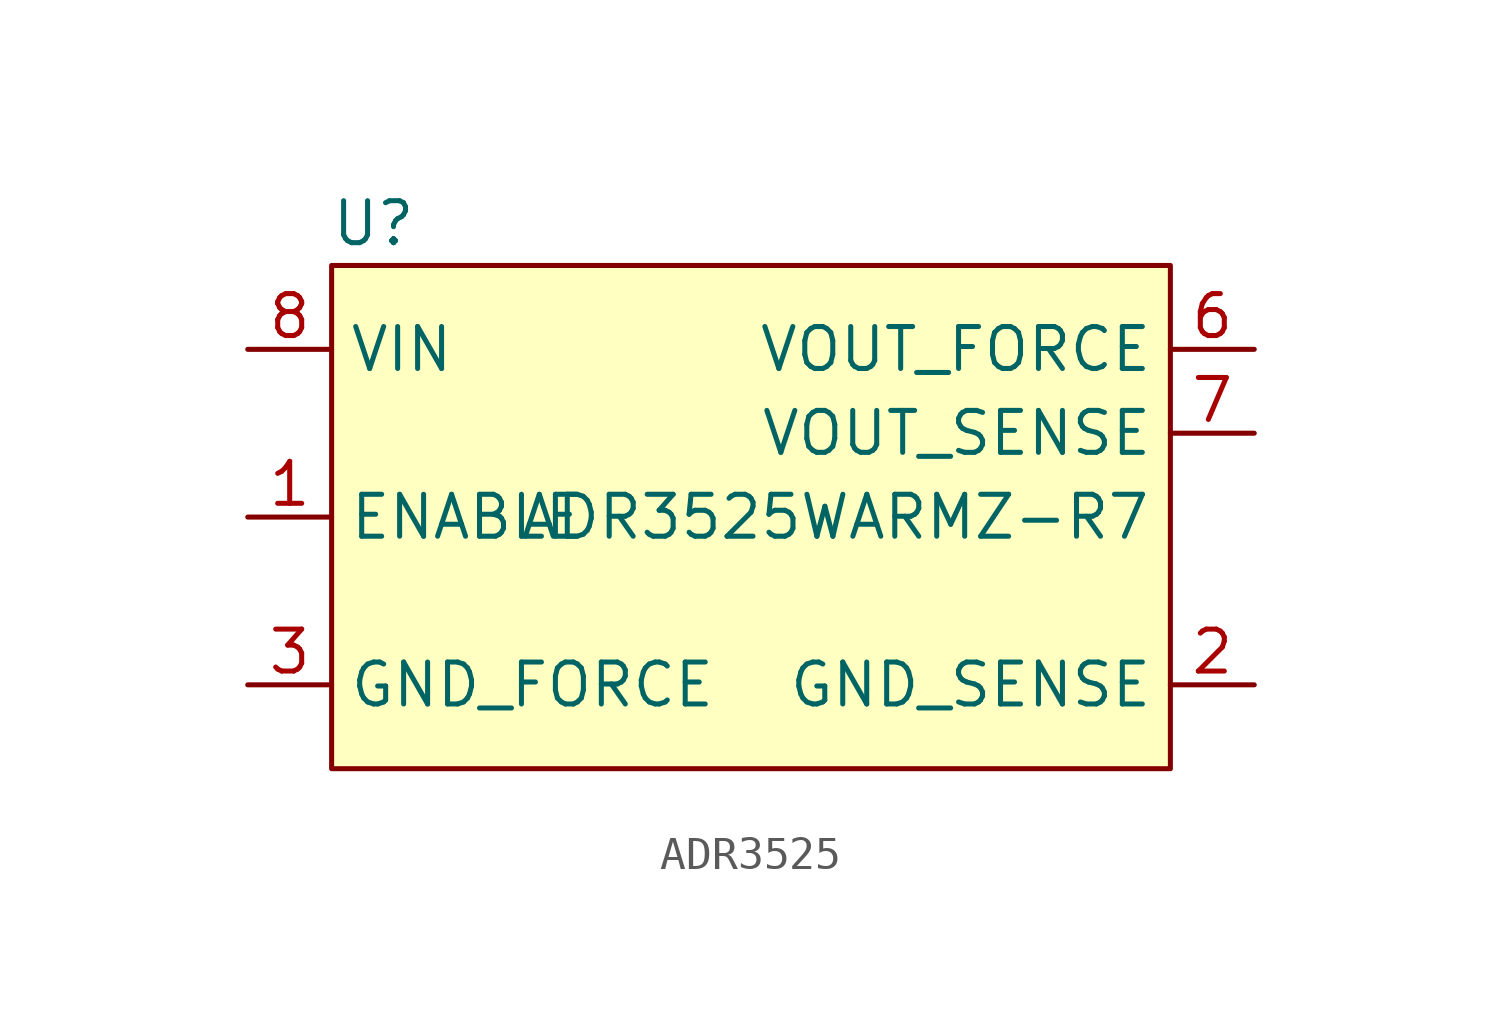
<source format=kicad_sym>
(kicad_symbol_lib
  (version 20220914)
  (generator kicad_symbol_editor)
  (symbol "ADR3525"
    (property "Reference" "U"
      (at -11.43 8.89 0)
      (effects (font (size 1.27 1.27))))
    (property "Value" "ADR3525WARMZ-R7"
      (at 2.54 0 0)
      (effects (font (size 1.27 1.27))))
    (symbol "ADR3525_1_1"
      (rectangle (start -12.7 7.62) (end 12.7 -7.62) (stroke (width 0) (type default)) (fill (type background)))
      (pin passive line (at -15.24 0 0) (length 2.54) (name "ENABLE" (effects (font (size 1.27 1.27)))) (number "1" (effects (font (size 1.27 1.27)))))
      (pin passive line (at 15.24 -5.08 180) (length 2.54) (name "GND_SENSE" (effects (font (size 1.27 1.27)))) (number "2" (effects (font (size 1.27 1.27)))))
      (pin passive line (at -15.24 -5.08 0) (length 2.54) (name "GND_FORCE" (effects (font (size 1.27 1.27)))) (number "3" (effects (font (size 1.27 1.27)))))
      (pin no_connect line (at -1.27 1.27 0) (length 2.54) hide (name "NIC" (effects (font (size 1.27 1.27)))) (number "4" (effects (font (size 1.27 1.27)))))
      (pin no_connect line (at -1.27 -1.27 0) (length 2.54) hide (name "NIC" (effects (font (size 1.27 1.27)))) (number "5" (effects (font (size 1.27 1.27)))))
      (pin passive line (at 15.24 5.08 180) (length 2.54) (name "VOUT_FORCE" (effects (font (size 1.27 1.27)))) (number "6" (effects (font (size 1.27 1.27)))))
      (pin passive line (at 15.24 2.54 180) (length 2.54) (name "VOUT_SENSE" (effects (font (size 1.27 1.27)))) (number "7" (effects (font (size 1.27 1.27)))))
      (pin passive line (at -15.24 5.08 0) (length 2.54) (name "VIN" (effects (font (size 1.27 1.27)))) (number "8" (effects (font (size 1.27 1.27))))))))
</source>
